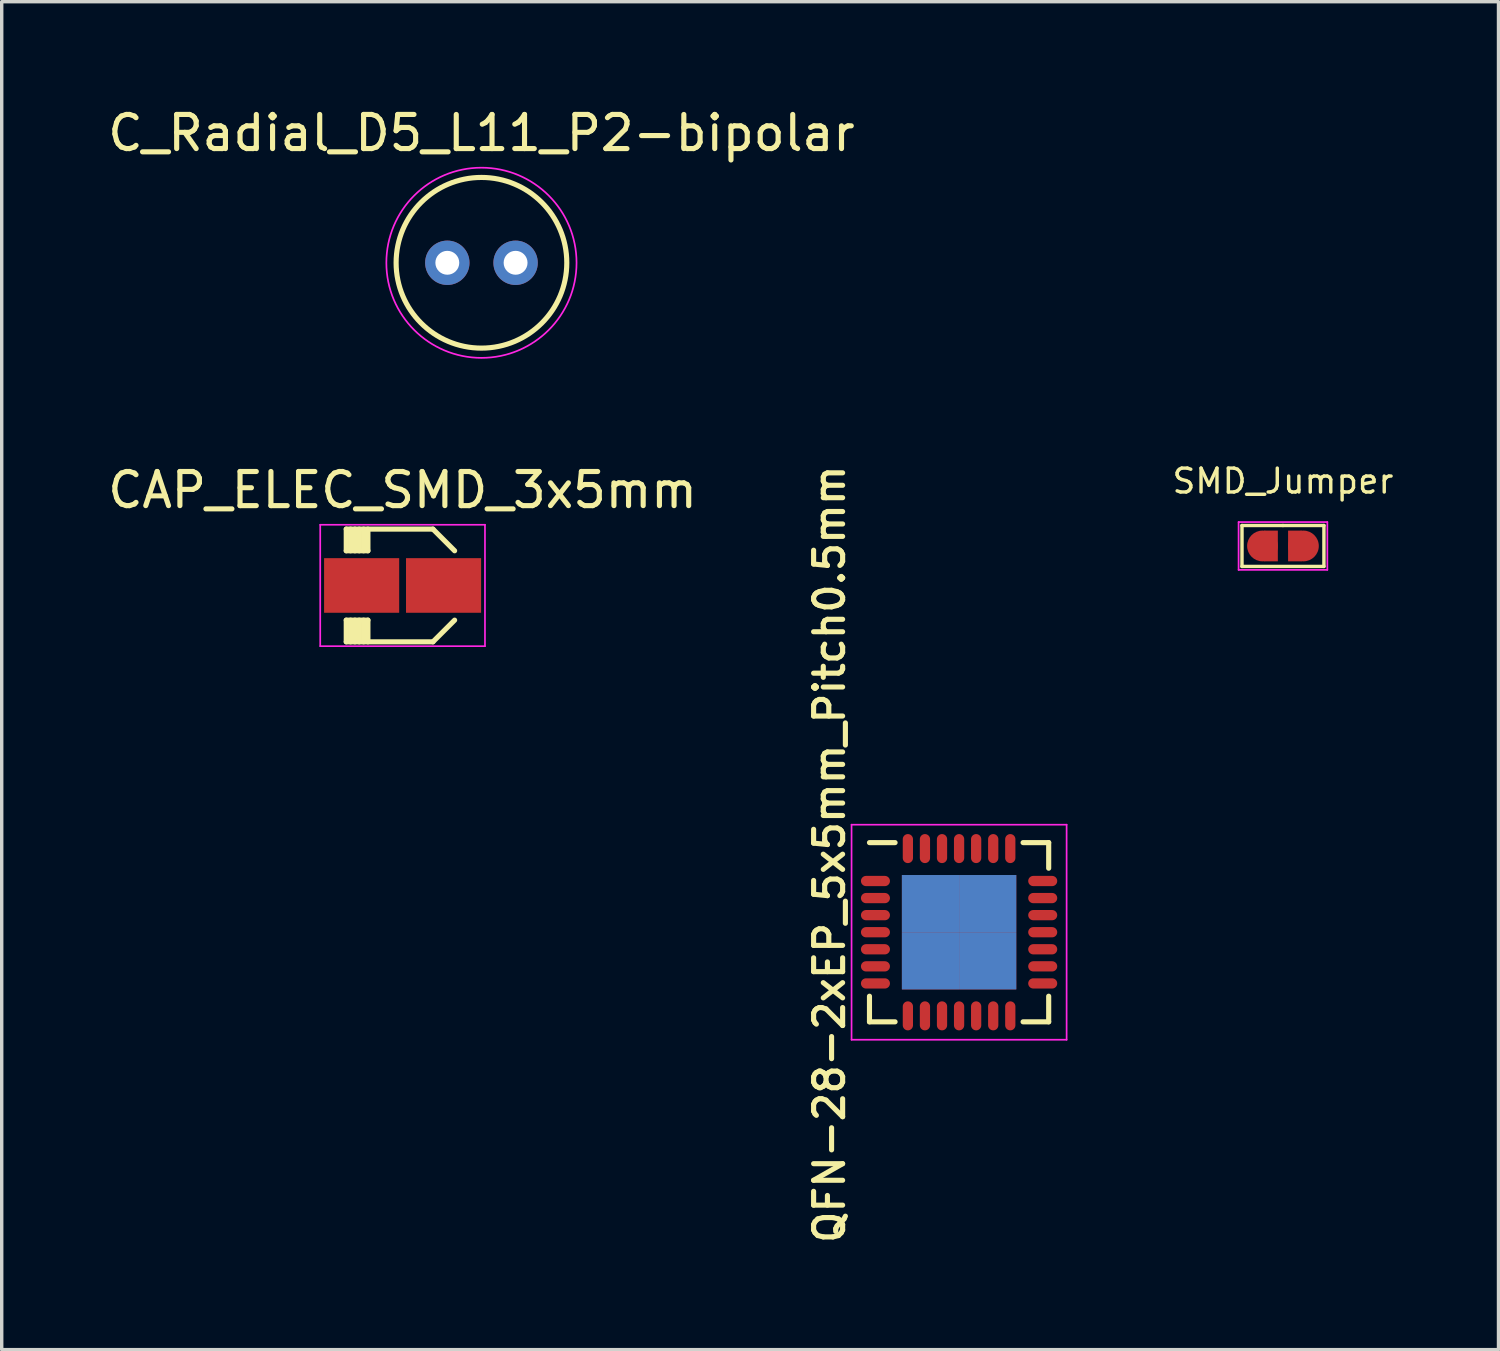
<source format=kicad_pcb>
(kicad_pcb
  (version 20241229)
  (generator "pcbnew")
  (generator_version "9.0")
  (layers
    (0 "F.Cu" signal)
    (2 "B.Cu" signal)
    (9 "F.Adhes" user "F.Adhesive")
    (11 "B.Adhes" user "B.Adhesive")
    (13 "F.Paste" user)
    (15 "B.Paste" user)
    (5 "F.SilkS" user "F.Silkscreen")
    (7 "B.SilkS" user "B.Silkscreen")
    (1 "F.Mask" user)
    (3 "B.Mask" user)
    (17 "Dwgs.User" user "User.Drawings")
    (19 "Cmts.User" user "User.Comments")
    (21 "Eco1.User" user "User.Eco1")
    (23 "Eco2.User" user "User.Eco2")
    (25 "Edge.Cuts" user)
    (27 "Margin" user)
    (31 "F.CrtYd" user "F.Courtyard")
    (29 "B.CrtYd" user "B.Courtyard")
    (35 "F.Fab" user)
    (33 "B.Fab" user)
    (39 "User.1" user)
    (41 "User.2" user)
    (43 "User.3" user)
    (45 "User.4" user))
  (footprint "QFN-28-2xEP_5x5mm_Pitch0.5mm"
    (layer "F.Cu")
    (at 25.046 24.259)
    (property "Reference" "QFN-28-2xEP_5x5mm_Pitch0.5mm" (at -3.797 -2.286 90) (layer "F.SilkS") (effects (font (size 0.85 0.85) (thickness 0.15))))
    (attr smd)
    (fp_line (start -2.625 -2.625) (end -1.875 -2.625) (stroke (width 0.15) (type solid)) (layer "F.SilkS"))
    (fp_line (start -2.625 2.625) (end -2.625 1.875) (stroke (width 0.15) (type solid)) (layer "F.SilkS"))
    (fp_line (start -2.625 2.625) (end -1.875 2.625) (stroke (width 0.15) (type solid)) (layer "F.SilkS"))
    (fp_line (start 2.625 -2.625) (end 1.875 -2.625) (stroke (width 0.15) (type solid)) (layer "F.SilkS"))
    (fp_line (start 2.625 -2.625) (end 2.625 -1.875) (stroke (width 0.15) (type solid)) (layer "F.SilkS"))
    (fp_line (start 2.625 2.625) (end 1.875 2.625) (stroke (width 0.15) (type solid)) (layer "F.SilkS"))
    (fp_line (start 2.625 2.625) (end 2.625 1.875) (stroke (width 0.15) (type solid)) (layer "F.SilkS"))
    (fp_line (start -3.15 -3.15) (end -3.15 3.15) (stroke (width 0.05) (type solid)) (layer "F.CrtYd"))
    (fp_line (start -3.15 -3.15) (end 3.15 -3.15) (stroke (width 0.05) (type solid)) (layer "F.CrtYd"))
    (fp_line (start -3.15 3.15) (end 3.15 3.15) (stroke (width 0.05) (type solid)) (layer "F.CrtYd"))
    (fp_line (start 3.15 -3.15) (end 3.15 3.15) (stroke (width 0.05) (type solid)) (layer "F.CrtYd"))
    (pad "1" smd oval (at -2.45 -1.5) (size 0.85 0.3) (layers "F.Cu" "F.Mask" "F.Paste"))
    (pad "2" smd oval (at -2.45 -1) (size 0.85 0.3) (layers "F.Cu" "F.Mask" "F.Paste"))
    (pad "3" smd oval (at -2.45 -0.5) (size 0.85 0.3) (layers "F.Cu" "F.Mask" "F.Paste"))
    (pad "4" smd oval (at -2.45 0) (size 0.85 0.3) (layers "F.Cu" "F.Mask" "F.Paste"))
    (pad "5" smd oval (at -2.45 0.5) (size 0.85 0.3) (layers "F.Cu" "F.Mask" "F.Paste"))
    (pad "6" smd oval (at -2.45 1) (size 0.85 0.3) (layers "F.Cu" "F.Mask" "F.Paste"))
    (pad "7" smd oval (at -2.45 1.5) (size 0.85 0.3) (layers "F.Cu" "F.Mask" "F.Paste"))
    (pad "8" smd oval (at -1.5 2.45 90) (size 0.85 0.3) (layers "F.Cu" "F.Mask" "F.Paste"))
    (pad "9" smd oval (at -1 2.45 90) (size 0.85 0.3) (layers "F.Cu" "F.Mask" "F.Paste"))
    (pad "10" smd oval (at -0.5 2.45 90) (size 0.85 0.3) (layers "F.Cu" "F.Mask" "F.Paste"))
    (pad "11" smd oval (at 0 2.45 90) (size 0.85 0.3) (layers "F.Cu" "F.Mask" "F.Paste"))
    (pad "12" smd oval (at 0.5 2.45 90) (size 0.85 0.3) (layers "F.Cu" "F.Mask" "F.Paste"))
    (pad "13" smd oval (at 1 2.45 90) (size 0.85 0.3) (layers "F.Cu" "F.Mask" "F.Paste"))
    (pad "14" smd oval (at 1.5 2.45 90) (size 0.85 0.3) (layers "F.Cu" "F.Mask" "F.Paste"))
    (pad "15" smd oval (at 2.45 1.5) (size 0.85 0.3) (layers "F.Cu" "F.Mask" "F.Paste"))
    (pad "16" smd oval (at 2.45 1) (size 0.85 0.3) (layers "F.Cu" "F.Mask" "F.Paste"))
    (pad "17" smd oval (at 2.45 0.5) (size 0.85 0.3) (layers "F.Cu" "F.Mask" "F.Paste"))
    (pad "18" smd oval (at 2.45 0) (size 0.85 0.3) (layers "F.Cu" "F.Mask" "F.Paste"))
    (pad "19" smd oval (at 2.45 -0.5) (size 0.85 0.3) (layers "F.Cu" "F.Mask" "F.Paste"))
    (pad "20" smd oval (at 2.45 -1) (size 0.85 0.3) (layers "F.Cu" "F.Mask" "F.Paste"))
    (pad "21" smd oval (at 2.45 -1.5) (size 0.85 0.3) (layers "F.Cu" "F.Mask" "F.Paste"))
    (pad "22" smd oval (at 1.5 -2.45 90) (size 0.85 0.3) (layers "F.Cu" "F.Mask" "F.Paste"))
    (pad "23" smd oval (at 1 -2.45 90) (size 0.85 0.3) (layers "F.Cu" "F.Mask" "F.Paste"))
    (pad "24" smd oval (at 0.5 -2.45 90) (size 0.85 0.3) (layers "F.Cu" "F.Mask" "F.Paste"))
    (pad "25" smd oval (at 0 -2.45 90) (size 0.85 0.3) (layers "F.Cu" "F.Mask" "F.Paste"))
    (pad "26" smd oval (at -0.5 -2.45 90) (size 0.85 0.3) (layers "F.Cu" "F.Mask" "F.Paste"))
    (pad "27" smd oval (at -1 -2.45 90) (size 0.85 0.3) (layers "F.Cu" "F.Mask" "F.Paste"))
    (pad "28" smd oval (at -1.5 -2.45 90) (size 0.85 0.3) (layers "F.Cu" "F.Mask" "F.Paste"))
    (pad "29" smd rect (at -0.838 -0.838) (size 1.675 1.675) (layers "*.Cu" "*.Mask" "F.Paste"))
    (pad "29" smd rect (at -0.838 0.838) (size 1.675 1.675) (layers "*.Cu" "*.Mask" "F.Paste"))
    (pad "29" smd rect (at 0.838 -0.838) (size 1.675 1.675) (layers "*.Cu" "*.Mask" "F.Paste"))
    (pad "29" smd rect (at 0.838 0.838) (size 1.675 1.675) (layers "*.Cu" "*.Mask" "F.Paste")))
  (footprint "CAP_ELEC_SMD_3x5mm"
    (layer "F.Cu")
    (at 8.744 14.101)
    (property "Reference" "CAP_ELEC_SMD_3x5mm" (at 0 -2.794 0) (layer "F.SilkS") (effects (font (size 1 1) (thickness 0.15))))
    (attr smd)
    (fp_line (start -1.651 -1.016) (end -1.651 -1.651) (stroke (width 0.15) (type solid)) (layer "F.SilkS"))
    (fp_line (start -1.651 -1.016) (end -1.016 -1.016) (stroke (width 0.15) (type solid)) (layer "F.SilkS"))
    (fp_line (start -1.651 1.016) (end -1.651 1.651) (stroke (width 0.15) (type solid)) (layer "F.SilkS"))
    (fp_line (start -1.651 1.016) (end -1.016 1.016) (stroke (width 0.15) (type solid)) (layer "F.SilkS"))
    (fp_line (start -1.651 1.651) (end 0.889 1.651) (stroke (width 0.15) (type solid)) (layer "F.SilkS"))
    (fp_line (start -1.524 -1.016) (end -1.524 -1.651) (stroke (width 0.15) (type solid)) (layer "F.SilkS"))
    (fp_line (start -1.524 1.016) (end -1.524 1.651) (stroke (width 0.15) (type solid)) (layer "F.SilkS"))
    (fp_line (start -1.397 -1.651) (end -1.397 -1.016) (stroke (width 0.15) (type solid)) (layer "F.SilkS"))
    (fp_line (start -1.397 1.016) (end -1.397 1.651) (stroke (width 0.15) (type solid)) (layer "F.SilkS"))
    (fp_line (start -1.27 -1.016) (end -1.27 -1.651) (stroke (width 0.15) (type solid)) (layer "F.SilkS"))
    (fp_line (start -1.27 1.016) (end -1.27 1.651) (stroke (width 0.15) (type solid)) (layer "F.SilkS"))
    (fp_line (start -1.143 -1.651) (end -1.143 -1.016) (stroke (width 0.15) (type solid)) (layer "F.SilkS"))
    (fp_line (start -1.143 1.016) (end -1.143 1.651) (stroke (width 0.15) (type solid)) (layer "F.SilkS"))
    (fp_line (start -1.016 -1.016) (end -1.016 -1.651) (stroke (width 0.15) (type solid)) (layer "F.SilkS"))
    (fp_line (start -1.016 1.016) (end -1.016 1.651) (stroke (width 0.15) (type solid)) (layer "F.SilkS"))
    (fp_line (start 0.889 -1.651) (end -1.651 -1.651) (stroke (width 0.15) (type solid)) (layer "F.SilkS"))
    (fp_line (start 0.889 -1.651) (end 1.524 -1.016) (stroke (width 0.15) (type solid)) (layer "F.SilkS"))
    (fp_line (start 0.889 1.651) (end 1.524 1.016) (stroke (width 0.15) (type solid)) (layer "F.SilkS"))
    (fp_line (start -2.413 -1.778) (end -2.413 1.778) (stroke (width 0.05) (type solid)) (layer "F.CrtYd"))
    (fp_line (start -2.413 1.778) (end 2.413 1.778) (stroke (width 0.05) (type solid)) (layer "F.CrtYd"))
    (fp_line (start 2.413 -1.778) (end -2.413 -1.778) (stroke (width 0.05) (type solid)) (layer "F.CrtYd"))
    (fp_line (start 2.413 1.778) (end 2.413 -1.778) (stroke (width 0.05) (type solid)) (layer "F.CrtYd"))
    (pad "1" smd rect (at 1.2 0) (size 2.2 1.6) (layers "F.Cu" "F.Mask" "F.Paste"))
    (pad "2" smd rect (at -1.2 0) (size 2.2 1.6) (layers "F.Cu" "F.Mask" "F.Paste")))
  (footprint "SMD_Jumper"
    (layer "F.Cu")
    (at 34.534 12.944)
    (property "Reference" "SMD_Jumper" (at 0 -1.9 0) (layer "F.SilkS") (effects (font (size 0.7 0.7) (thickness 0.1))))
    (attr smd)
    (fp_line (start -1.2 -0.6) (end 0 -0.6) (stroke (width 0.1) (type solid)) (layer "F.SilkS"))
    (fp_line (start -1.2 0.6) (end -1.2 -0.6) (stroke (width 0.1) (type solid)) (layer "F.SilkS"))
    (fp_line (start 0 -0.6) (end 1.2 -0.6) (stroke (width 0.1) (type solid)) (layer "F.SilkS"))
    (fp_line (start 1.2 -0.6) (end 1.2 0.6) (stroke (width 0.1) (type solid)) (layer "F.SilkS"))
    (fp_line (start 1.2 0.6) (end -1.2 0.6) (stroke (width 0.1) (type solid)) (layer "F.SilkS"))
    (fp_line (start -1.3 -0.7) (end -1.3 0.7) (stroke (width 0.05) (type solid)) (layer "F.CrtYd"))
    (fp_line (start -1.3 -0.7) (end 1.3 -0.7) (stroke (width 0.05) (type solid)) (layer "F.CrtYd"))
    (fp_line (start -1.3 0.7) (end 1.3 0.7) (stroke (width 0.05) (type solid)) (layer "F.CrtYd"))
    (fp_line (start 1.3 -0.7) (end 1.3 0.7) (stroke (width 0.05) (type solid)) (layer "F.CrtYd"))
    (pad "1" smd circle (at -0.6 0) (size 0.9 0.9) (layers "F.Cu" "F.Mask" "F.Paste"))
    (pad "1" smd rect (at -0.35 0) (size 0.4 0.9) (layers "F.Cu" "F.Mask" "F.Paste"))
    (pad "2" smd rect (at 0.35 0) (size 0.4 0.9) (layers "F.Cu" "F.Mask" "F.Paste"))
    (pad "2" smd circle (at 0.6 0) (size 0.9 0.9) (layers "F.Cu" "F.Mask" "F.Paste")))
  (footprint "C_Radial_D5_L11_P2-bipolar"
    (layer "F.Cu")
    (at 11.054 4.648)
    (property "Reference" "C_Radial_D5_L11_P2-bipolar" (at 0 -3.8 0) (layer "F.SilkS") (effects (font (size 1 1) (thickness 0.15))))
    (attr through_hole)
    (fp_circle (center 0 0) (end -2.5 0) (stroke (width 0.15) (type solid)) (fill no) (layer "F.SilkS"))
    (fp_circle (center 0 0) (end 1 -2.6) (stroke (width 0.05) (type solid)) (fill no) (layer "F.CrtYd"))
    (pad "1" thru_hole circle (at -1 0) (size 1.3 1.3) (drill 0.7) (layers "*.Cu" "*.Mask"))
    (pad "2" thru_hole circle (at 1 0) (size 1.3 1.3) (drill 0.7) (layers "*.Cu" "*.Mask")))
  (gr_rect
    (start -3 -3)
    (end 40.848 36.487)
    (stroke (width 0.1) (type default))
    (fill no)
    (layer "Edge.Cuts")))
</source>
